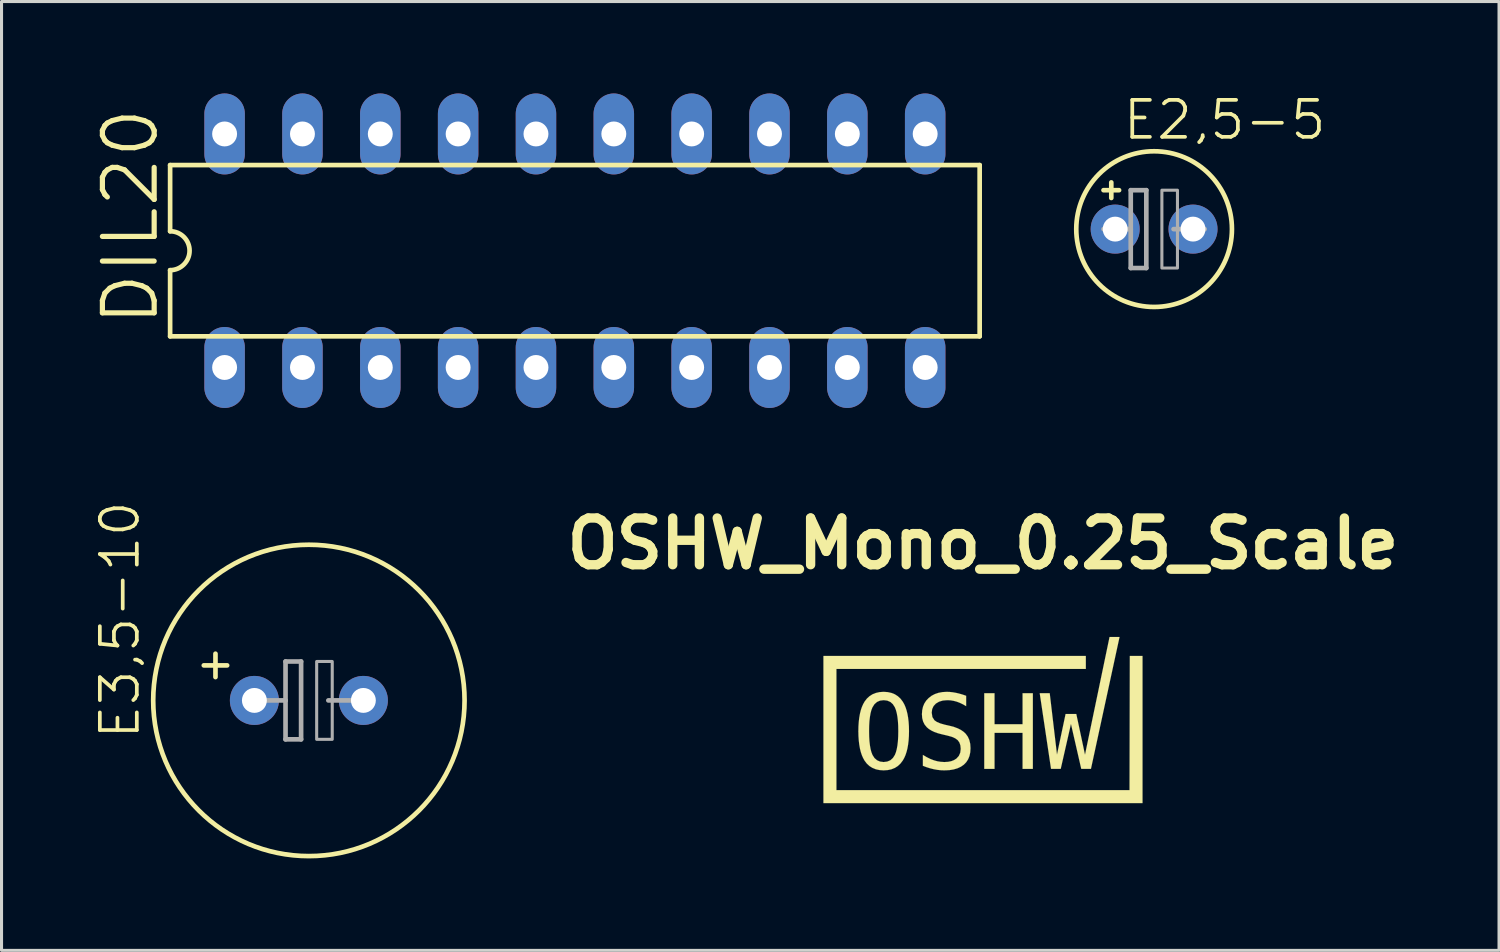
<source format=kicad_pcb>
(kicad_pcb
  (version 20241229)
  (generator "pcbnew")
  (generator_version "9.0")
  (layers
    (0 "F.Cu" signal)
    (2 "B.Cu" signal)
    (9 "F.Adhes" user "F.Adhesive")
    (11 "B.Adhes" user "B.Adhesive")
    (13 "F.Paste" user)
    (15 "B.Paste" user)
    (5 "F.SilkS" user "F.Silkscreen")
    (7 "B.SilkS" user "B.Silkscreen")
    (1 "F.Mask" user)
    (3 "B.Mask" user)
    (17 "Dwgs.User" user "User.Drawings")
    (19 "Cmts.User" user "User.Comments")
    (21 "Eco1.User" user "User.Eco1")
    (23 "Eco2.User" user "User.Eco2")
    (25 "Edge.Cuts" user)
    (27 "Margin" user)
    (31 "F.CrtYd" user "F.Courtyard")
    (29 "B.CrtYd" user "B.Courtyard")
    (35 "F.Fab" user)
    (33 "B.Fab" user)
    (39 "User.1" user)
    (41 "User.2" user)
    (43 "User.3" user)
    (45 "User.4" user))
  (footprint "E2,5-5"
    (layer "F.Cu")
    (at 34.609 4.426)
    (property "Reference" "E2,5-5" (at -1.079 -2.857 0) (layer "F.SilkS") (effects (font (size 1.206 1.206) (thickness 0.121)) (justify left bottom)))
    (attr through_hole)
    (fp_line (start -1.651 -1.27) (end -1.397 -1.27) (stroke (width 0.152) (type solid)) (layer "F.SilkS"))
    (fp_line (start -1.397 -1.27) (end -1.397 -1.524) (stroke (width 0.152) (type solid)) (layer "F.SilkS"))
    (fp_line (start -1.397 -1.27) (end -1.143 -1.27) (stroke (width 0.152) (type solid)) (layer "F.SilkS"))
    (fp_line (start -1.397 -1.016) (end -1.397 -1.27) (stroke (width 0.152) (type solid)) (layer "F.SilkS"))
    (fp_circle (center 0 0) (end 2.54 0) (stroke (width 0.152) (type solid)) (fill no) (layer "F.SilkS"))
    (fp_line (start -1.651 0) (end -0.762 0) (stroke (width 0.152) (type solid)) (layer "F.Fab"))
    (fp_line (start -0.762 -1.27) (end -0.762 0) (stroke (width 0.152) (type solid)) (layer "F.Fab"))
    (fp_line (start -0.762 0) (end -0.762 1.27) (stroke (width 0.152) (type solid)) (layer "F.Fab"))
    (fp_line (start -0.762 1.27) (end -0.254 1.27) (stroke (width 0.152) (type solid)) (layer "F.Fab"))
    (fp_line (start -0.254 -1.27) (end -0.762 -1.27) (stroke (width 0.152) (type solid)) (layer "F.Fab"))
    (fp_line (start -0.254 1.27) (end -0.254 -1.27) (stroke (width 0.152) (type solid)) (layer "F.Fab"))
    (fp_line (start 0.635 0) (end 1.651 0) (stroke (width 0.152) (type solid)) (layer "F.Fab"))
    (fp_poly (pts (xy 0.254 1.27) (xy 0.762 1.27) (xy 0.762 -1.27) (xy 0.254 -1.27)) (stroke (width 0.1) (type solid)) (fill no) (layer "F.Fab"))
    (pad "+" thru_hole circle (at -1.27 0) (size 1.6 1.6) (drill 0.813) (layers "*.Cu" "*.Mask"))
    (pad "-" thru_hole circle (at 1.27 0) (size 1.6 1.6) (drill 0.813) (layers "*.Cu" "*.Mask")))
  (footprint "DIL20"
    (layer "F.Cu")
    (at 15.709 5.131)
    (property "Reference" "DIL20" (at -13.513 2.54 90) (layer "F.SilkS") (effects (font (size 1.689 1.689) (thickness 0.169)) (justify left bottom)))
    (attr through_hole)
    (fp_line (start -13.208 -2.794) (end -13.208 -0.635) (stroke (width 0.152) (type solid)) (layer "F.SilkS"))
    (fp_line (start -13.208 -2.794) (end 13.208 -2.794) (stroke (width 0.152) (type solid)) (layer "F.SilkS"))
    (fp_line (start -13.208 0.635) (end -13.208 2.794) (stroke (width 0.152) (type solid)) (layer "F.SilkS"))
    (fp_line (start 13.208 2.794) (end -13.208 2.794) (stroke (width 0.152) (type solid)) (layer "F.SilkS"))
    (fp_line (start 13.208 2.794) (end 13.208 -2.794) (stroke (width 0.152) (type solid)) (layer "F.SilkS"))
    (fp_arc (start -13.208 -0.635) (mid -12.573 0) (end -13.208 0.635) (stroke (width 0.1524) (type solid)) (layer "F.SilkS"))
    (pad "1" thru_hole oval (at -11.43 3.81 90) (size 2.642 1.321) (drill 0.813) (layers "*.Cu" "*.Mask"))
    (pad "2" thru_hole oval (at -8.89 3.81 90) (size 2.642 1.321) (drill 0.813) (layers "*.Cu" "*.Mask"))
    (pad "3" thru_hole oval (at -6.35 3.81 90) (size 2.642 1.321) (drill 0.813) (layers "*.Cu" "*.Mask"))
    (pad "4" thru_hole oval (at -3.81 3.81 90) (size 2.642 1.321) (drill 0.813) (layers "*.Cu" "*.Mask"))
    (pad "5" thru_hole oval (at -1.27 3.81 90) (size 2.642 1.321) (drill 0.813) (layers "*.Cu" "*.Mask"))
    (pad "6" thru_hole oval (at 1.27 3.81 90) (size 2.642 1.321) (drill 0.813) (layers "*.Cu" "*.Mask"))
    (pad "7" thru_hole oval (at 3.81 3.81 90) (size 2.642 1.321) (drill 0.813) (layers "*.Cu" "*.Mask"))
    (pad "8" thru_hole oval (at 6.35 3.81 90) (size 2.642 1.321) (drill 0.813) (layers "*.Cu" "*.Mask"))
    (pad "9" thru_hole oval (at 8.89 3.81 90) (size 2.642 1.321) (drill 0.813) (layers "*.Cu" "*.Mask"))
    (pad "10" thru_hole oval (at 11.43 3.81 90) (size 2.642 1.321) (drill 0.813) (layers "*.Cu" "*.Mask"))
    (pad "11" thru_hole oval (at 11.43 -3.81 90) (size 2.642 1.321) (drill 0.813) (layers "*.Cu" "*.Mask"))
    (pad "12" thru_hole oval (at 8.89 -3.81 90) (size 2.642 1.321) (drill 0.813) (layers "*.Cu" "*.Mask"))
    (pad "13" thru_hole oval (at 6.35 -3.81 90) (size 2.642 1.321) (drill 0.813) (layers "*.Cu" "*.Mask"))
    (pad "14" thru_hole oval (at 3.81 -3.81 90) (size 2.642 1.321) (drill 0.813) (layers "*.Cu" "*.Mask"))
    (pad "15" thru_hole oval (at 1.27 -3.81 90) (size 2.642 1.321) (drill 0.813) (layers "*.Cu" "*.Mask"))
    (pad "16" thru_hole oval (at -1.27 -3.81 90) (size 2.642 1.321) (drill 0.813) (layers "*.Cu" "*.Mask"))
    (pad "17" thru_hole oval (at -3.81 -3.81 90) (size 2.642 1.321) (drill 0.813) (layers "*.Cu" "*.Mask"))
    (pad "18" thru_hole oval (at -6.35 -3.81 90) (size 2.642 1.321) (drill 0.813) (layers "*.Cu" "*.Mask"))
    (pad "19" thru_hole oval (at -8.89 -3.81 90) (size 2.642 1.321) (drill 0.813) (layers "*.Cu" "*.Mask"))
    (pad "20" thru_hole oval (at -11.43 -3.81 90) (size 2.642 1.321) (drill 0.813) (layers "*.Cu" "*.Mask")))
  (footprint "OSHW_Mono_0.25_Scale"
    (layer "F.Cu")
    (at 29.025 20.446)
    (property "Reference" "OSHW_Mono_0.25_Scale" (at 0 -5.758 0) (layer "F.SilkS") (effects (font (size 1.524 1.524) (thickness 0.305))))
    (attr through_hole)
    (fp_poly (pts (xy 0.042 -0.876) (xy 0.377 -0.876) (xy 0.377 0.136) (xy 1.292 0.136) (xy 1.292 -0.876) (xy 1.627 -0.876) (xy 1.627 1.593) (xy 1.292 1.593) (xy 1.292 0.417) (xy 0.377 0.417) (xy 0.377 1.593) (xy 0.042 1.593) (xy 0.042 -0.876)) (stroke (width 0.003) (type solid)) (fill yes) (layer "F.SilkS"))
    (fp_poly (pts (xy 1.852 -0.876) (xy 2.178 -0.876) (xy 2.415 1.128) (xy 2.696 -0.198) (xy 3.045 -0.198) (xy 3.329 1.132) (xy 4.13 -2.71) (xy 4.456 -2.71) (xy 3.523 1.593) (xy 3.207 1.593) (xy 2.871 0.126) (xy 2.537 1.593) (xy 2.221 1.593) (xy 1.852 -0.876)) (stroke (width 0.003) (type solid)) (fill yes) (layer "F.SilkS"))
    (fp_poly (pts (xy -5.206 -2.092) (xy -5.206 -1.88) (xy -5.206 2.499) (xy -5.206 2.71) (xy -4.994 2.71) (xy 4.994 2.71) (xy 5.206 2.71) (xy 5.206 2.499) (xy 5.206 -2.092) (xy 4.791 -2.092) (xy 4.782 2.287) (xy -4.782 2.287) (xy -4.782 -1.668) (xy 3.356 -1.668) (xy 3.356 -2.092) (xy -4.994 -2.092) (xy -5.206 -2.092)) (stroke (width 0.003) (type solid)) (fill yes) (layer "F.SilkS"))
    (fp_poly (pts (xy -0.549 -0.792) (xy -0.549 -0.453) (xy -0.65 -0.512) (xy -0.752 -0.561) (xy -0.855 -0.6) (xy -0.956 -0.627) (xy -1.059 -0.644) (xy -1.162 -0.649) (xy -1.309 -0.637) (xy -1.433 -0.6) (xy -1.536 -0.539) (xy -1.612 -0.457) (xy -1.658 -0.359) (xy -1.673 -0.243) (xy -1.651 -0.098) (xy -1.584 0.007) (xy -1.506 0.061) (xy -1.394 0.109) (xy -1.247 0.151) (xy -1.071 0.191) (xy -0.94 0.227) (xy -0.824 0.27) (xy -0.722 0.321) (xy -0.636 0.38) (xy -0.565 0.445) (xy -0.496 0.54) (xy -0.446 0.65) (xy -0.416 0.776) (xy -0.407 0.918) (xy -0.415 1.052) (xy -0.441 1.173) (xy -0.485 1.281) (xy -0.546 1.375) (xy -0.625 1.456) (xy -0.72 1.522) (xy -0.831 1.574) (xy -0.958 1.611) (xy -1.101 1.634) (xy -1.26 1.641) (xy -1.376 1.637) (xy -1.492 1.624) (xy -1.609 1.603) (xy -1.726 1.574) (xy -1.843 1.537) (xy -1.961 1.492) (xy -1.961 1.137) (xy -1.837 1.21) (xy -1.717 1.269) (xy -1.602 1.313) (xy -1.488 1.345) (xy -1.374 1.363) (xy -1.26 1.37) (xy -1.14 1.363) (xy -1.035 1.342) (xy -0.944 1.306) (xy -0.866 1.257) (xy -0.788 1.171) (xy -0.741 1.065) (xy -0.726 0.94) (xy -0.737 0.826) (xy -0.769 0.732) (xy -0.823 0.657) (xy -0.903 0.597) (xy -1.015 0.547) (xy -1.159 0.507) (xy -1.338 0.465) (xy -1.468 0.431) (xy -1.583 0.39) (xy -1.682 0.343) (xy -1.767 0.29) (xy -1.837 0.23) (xy -1.905 0.145) (xy -1.954 0.046) (xy -1.983 -0.066) (xy -1.992 -0.191) (xy -1.983 -0.318) (xy -1.957 -0.435) (xy -1.913 -0.541) (xy -1.851 -0.636) (xy -1.771 -0.72) (xy -1.676 -0.793) (xy -1.569 -0.849) (xy -1.45 -0.889) (xy -1.32 -0.913) (xy -1.179 -0.921) (xy -1.082 -0.917) (xy -0.983 -0.906) (xy -0.879 -0.888) (xy -0.773 -0.863) (xy -0.663 -0.831) (xy -0.549 -0.792)) (stroke (width 0.003) (type solid)) (fill yes) (layer "F.SilkS"))
    (fp_poly (pts (xy -2.763 0.361) (xy -2.414 0.361) (xy -2.417 0.517) (xy -2.427 0.663) (xy -2.443 0.799) (xy -2.465 0.924) (xy -2.494 1.039) (xy -2.529 1.144) (xy -2.571 1.239) (xy -2.619 1.323) (xy -2.693 1.42) (xy -2.779 1.5) (xy -2.876 1.562) (xy -2.986 1.606) (xy -3.107 1.632) (xy -3.241 1.641) (xy -3.374 1.632) (xy -3.496 1.606) (xy -3.605 1.562) (xy -3.703 1.501) (xy -3.789 1.422) (xy -3.863 1.325) (xy -3.91 1.241) (xy -3.952 1.146) (xy -3.987 1.041) (xy -4.015 0.926) (xy -4.037 0.8) (xy -4.053 0.664) (xy -4.063 0.518) (xy -4.066 0.361) (xy -4.063 0.204) (xy -4.053 0.058) (xy -4.037 -0.078) (xy -4.015 -0.203) (xy -3.987 -0.319) (xy -3.952 -0.424) (xy -3.91 -0.519) (xy -3.863 -0.603) (xy -3.788 -0.7) (xy -3.702 -0.779) (xy -3.605 -0.841) (xy -3.495 -0.885) (xy -3.374 -0.912) (xy -3.241 -0.921) (xy -3.107 -0.912) (xy -2.986 -0.885) (xy -2.876 -0.841) (xy -2.779 -0.779) (xy -2.693 -0.7) (xy -2.619 -0.603) (xy -2.571 -0.519) (xy -2.529 -0.424) (xy -2.494 -0.319) (xy -2.465 -0.203) (xy -2.443 -0.078) (xy -2.427 0.058) (xy -2.417 0.204) (xy -2.414 0.361) (xy -2.763 0.361) (xy -2.766 0.188) (xy -2.775 0.033) (xy -2.791 -0.105) (xy -2.813 -0.226) (xy -2.841 -0.33) (xy -2.875 -0.416) (xy -2.94 -0.518) (xy -3.022 -0.591) (xy -3.123 -0.635) (xy -3.241 -0.649) (xy -3.359 -0.635) (xy -3.459 -0.591) (xy -3.541 -0.518) (xy -3.606 -0.416) (xy -3.64 -0.33) (xy -3.668 -0.226) (xy -3.689 -0.105) (xy -3.705 0.033) (xy -3.714 0.188) (xy -3.717 0.361) (xy -3.714 0.533) (xy -3.705 0.688) (xy -3.689 0.826) (xy -3.668 0.947) (xy -3.64 1.05) (xy -3.606 1.137) (xy -3.541 1.239) (xy -3.459 1.311) (xy -3.359 1.355) (xy -3.241 1.37) (xy -3.123 1.355) (xy -3.022 1.312) (xy -2.94 1.239) (xy -2.875 1.138) (xy -2.841 1.052) (xy -2.813 0.948) (xy -2.791 0.827) (xy -2.775 0.689) (xy -2.766 0.534) (xy -2.763 0.361)) (stroke (width 0.003) (type solid)) (fill yes) (layer "F.SilkS")))
  (footprint "E3,5-10"
    (layer "F.Cu")
    (at 7.029 19.805)
    (property "Reference" "E3,5-10" (at -5.461 1.333 90) (layer "F.SilkS") (effects (font (size 1.206 1.206) (thickness 0.121)) (justify left bottom)))
    (attr through_hole)
    (fp_line (start -3.429 -1.143) (end -2.667 -1.143) (stroke (width 0.152) (type solid)) (layer "F.SilkS"))
    (fp_line (start -3.048 -0.762) (end -3.048 -1.524) (stroke (width 0.152) (type solid)) (layer "F.SilkS"))
    (fp_circle (center 0 0) (end 5.08 0) (stroke (width 0.152) (type solid)) (fill no) (layer "F.SilkS"))
    (fp_line (start -1.651 0) (end -0.762 0) (stroke (width 0.152) (type solid)) (layer "F.Fab"))
    (fp_line (start -0.762 -1.27) (end -0.762 0) (stroke (width 0.152) (type solid)) (layer "F.Fab"))
    (fp_line (start -0.762 0) (end -0.762 1.27) (stroke (width 0.152) (type solid)) (layer "F.Fab"))
    (fp_line (start -0.762 1.27) (end -0.254 1.27) (stroke (width 0.152) (type solid)) (layer "F.Fab"))
    (fp_line (start -0.254 -1.27) (end -0.762 -1.27) (stroke (width 0.152) (type solid)) (layer "F.Fab"))
    (fp_line (start -0.254 1.27) (end -0.254 -1.27) (stroke (width 0.152) (type solid)) (layer "F.Fab"))
    (fp_line (start 0.635 0) (end 1.651 0) (stroke (width 0.152) (type solid)) (layer "F.Fab"))
    (fp_poly (pts (xy 0.254 1.27) (xy 0.762 1.27) (xy 0.762 -1.27) (xy 0.254 -1.27)) (stroke (width 0.1) (type solid)) (fill no) (layer "F.Fab"))
    (pad "+" thru_hole circle (at -1.778 0) (size 1.6 1.6) (drill 0.813) (layers "*.Cu" "*.Mask"))
    (pad "-" thru_hole circle (at 1.778 0) (size 1.6 1.6) (drill 0.813) (layers "*.Cu" "*.Mask")))
  (gr_rect
    (start -3 -3)
    (end 45.864 27.961)
    (stroke (width 0.1) (type default))
    (fill no)
    (layer "Edge.Cuts")))
</source>
